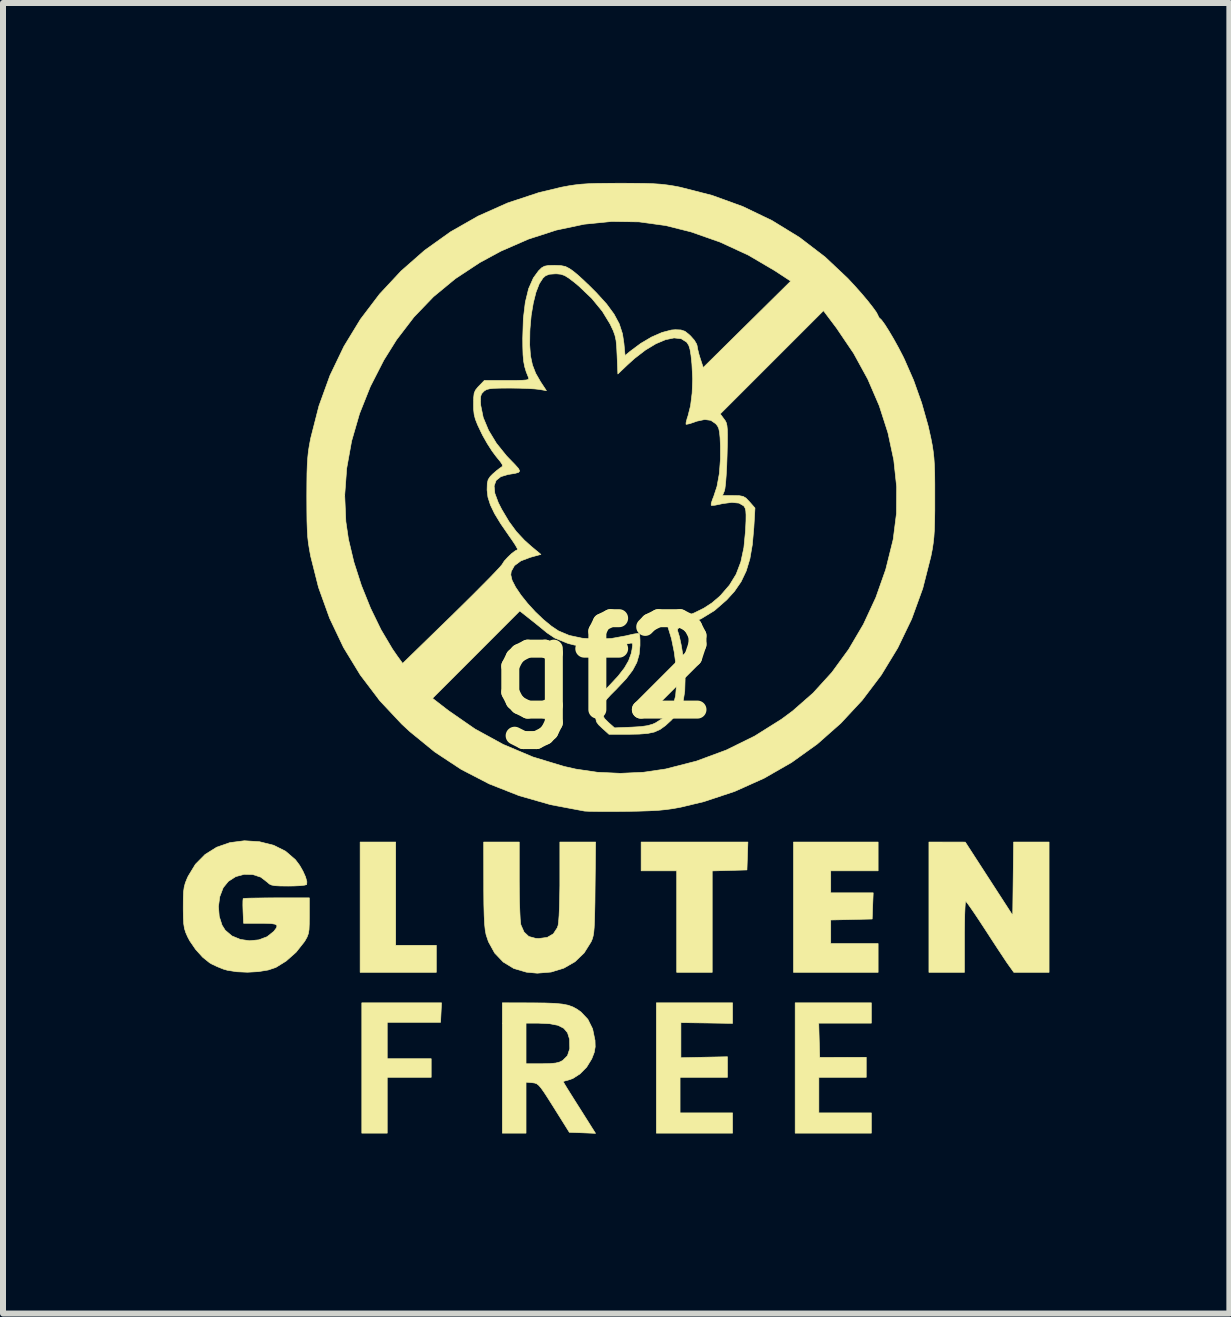
<source format=kicad_pcb>
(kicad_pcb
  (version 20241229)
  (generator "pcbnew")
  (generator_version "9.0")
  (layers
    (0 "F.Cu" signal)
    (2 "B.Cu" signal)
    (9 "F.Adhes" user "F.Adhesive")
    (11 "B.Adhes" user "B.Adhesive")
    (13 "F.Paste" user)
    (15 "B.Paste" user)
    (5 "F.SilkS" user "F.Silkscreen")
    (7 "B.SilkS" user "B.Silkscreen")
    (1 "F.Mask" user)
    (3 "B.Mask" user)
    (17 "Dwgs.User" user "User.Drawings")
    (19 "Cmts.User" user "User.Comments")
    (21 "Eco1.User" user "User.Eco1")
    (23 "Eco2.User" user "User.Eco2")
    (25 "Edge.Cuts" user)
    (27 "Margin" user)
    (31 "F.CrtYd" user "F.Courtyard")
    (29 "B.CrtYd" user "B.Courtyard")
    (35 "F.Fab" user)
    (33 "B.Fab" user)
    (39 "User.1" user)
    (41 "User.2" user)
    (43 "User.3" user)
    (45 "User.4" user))
  (footprint "gf2"
    (layer "F.Cu")
    (at 7.018 8.091)
    (property "Reference" "gf2" (at 0 0 0) (layer "F.SilkS") (effects (font (size 1.524 1.524) (thickness 0.3))))
    (attr through_hole)
    (fp_poly (pts (xy -0.064 -4.118) (xy -0.057 -4.073) (xy -0.056 -4.005) (xy -0.058 -3.925) (xy -0.061 -3.875) (xy -0.064 -3.867) (xy -0.08 -3.889) (xy -0.115 -3.944) (xy -0.131 -3.973) (xy -0.192 -4.079) (xy -0.124 -4.111) (xy -0.084 -4.128) (xy -0.064 -4.118)) (stroke (width 0.01) (type solid)) (fill yes) (layer "F.Mask"))
    (fp_poly (pts (xy 0.362 -3.287) (xy 0.428 -3.286) (xy 0.452 -3.284) (xy 0.442 -3.259) (xy 0.417 -3.199) (xy 0.407 -3.174) (xy 0.385 -3.094) (xy 0.365 -2.97) (xy 0.349 -2.818) (xy 0.343 -2.737) (xy 0.325 -2.407) (xy 0.212 -2.589) (xy 0.13 -2.705) (xy 0.027 -2.828) (xy -0.064 -2.922) (xy -0.14 -2.995) (xy -0.197 -3.053) (xy -0.225 -3.086) (xy -0.226 -3.089) (xy -0.201 -3.1) (xy -0.145 -3.104) (xy -0.073 -3.12) (xy 0.003 -3.159) (xy 0.062 -3.208) (xy 0.085 -3.255) (xy 0.113 -3.275) (xy 0.195 -3.286) (xy 0.268 -3.288) (xy 0.362 -3.287)) (stroke (width 0.01) (type solid)) (fill yes) (layer "F.Mask"))
    (fp_poly (pts (xy -0.746 -6.431) (xy -0.645 -6.365) (xy -0.553 -6.294) (xy -0.327 -6.088) (xy -0.142 -5.867) (xy -0.008 -5.644) (xy 0.054 -5.457) (xy 0.082 -5.236) (xy 0.074 -4.991) (xy 0.031 -4.731) (xy -0.046 -4.468) (xy -0.066 -4.412) (xy -0.112 -4.312) (xy -0.159 -4.256) (xy -0.217 -4.244) (xy -0.297 -4.273) (xy -0.41 -4.341) (xy -0.415 -4.345) (xy -0.565 -4.459) (xy -0.713 -4.598) (xy -0.846 -4.747) (xy -0.952 -4.891) (xy -0.998 -4.972) (xy -1.077 -5.2) (xy -1.111 -5.456) (xy -1.1 -5.737) (xy -1.043 -6.037) (xy -0.955 -6.314) (xy -0.916 -6.4) (xy -0.874 -6.449) (xy -0.819 -6.459) (xy -0.746 -6.431)) (stroke (width 0.01) (type solid)) (fill yes) (layer "F.Mask"))
    (fp_poly (pts (xy -0.245 -1.753) (xy -0.006 -1.661) (xy 0.205 -1.521) (xy 0.319 -1.412) (xy 0.423 -1.29) (xy 0.517 -1.164) (xy 0.594 -1.043) (xy 0.648 -0.938) (xy 0.672 -0.86) (xy 0.672 -0.841) (xy 0.638 -0.788) (xy 0.557 -0.74) (xy 0.439 -0.699) (xy 0.294 -0.666) (xy 0.132 -0.642) (xy -0.037 -0.629) (xy -0.204 -0.627) (xy -0.359 -0.64) (xy -0.491 -0.667) (xy -0.511 -0.673) (xy -0.722 -0.77) (xy -0.929 -0.92) (xy -1.126 -1.118) (xy -1.296 -1.341) (xy -1.371 -1.458) (xy -1.408 -1.545) (xy -1.403 -1.608) (xy -1.354 -1.655) (xy -1.256 -1.695) (xy -1.115 -1.734) (xy -0.8 -1.79) (xy -0.51 -1.796) (xy -0.245 -1.753)) (stroke (width 0.01) (type solid)) (fill yes) (layer "F.Mask"))
    (fp_poly (pts (xy 1.755 -3.985) (xy 1.79 -3.925) (xy 1.81 -3.816) (xy 1.819 -3.716) (xy 1.818 -3.435) (xy 1.775 -3.166) (xy 1.693 -2.919) (xy 1.574 -2.705) (xy 1.548 -2.669) (xy 1.437 -2.553) (xy 1.286 -2.434) (xy 1.109 -2.322) (xy 0.921 -2.226) (xy 0.737 -2.157) (xy 0.624 -2.127) (xy 0.553 -2.12) (xy 0.512 -2.136) (xy 0.498 -2.16) (xy 0.48 -2.235) (xy 0.468 -2.351) (xy 0.461 -2.488) (xy 0.46 -2.632) (xy 0.466 -2.765) (xy 0.474 -2.839) (xy 0.535 -3.089) (xy 0.646 -3.314) (xy 0.806 -3.516) (xy 1.017 -3.694) (xy 1.279 -3.849) (xy 1.476 -3.938) (xy 1.607 -3.987) (xy 1.697 -4.004) (xy 1.755 -3.985)) (stroke (width 0.01) (type solid)) (fill yes) (layer "F.Mask"))
    (fp_poly (pts (xy -1.26 -4.53) (xy -1.008 -4.488) (xy -0.794 -4.417) (xy -0.611 -4.314) (xy -0.463 -4.186) (xy -0.318 -4.006) (xy -0.193 -3.789) (xy -0.094 -3.55) (xy -0.044 -3.367) (xy -0.035 -3.308) (xy -0.053 -3.276) (xy -0.109 -3.254) (xy -0.132 -3.248) (xy -0.241 -3.229) (xy -0.386 -3.221) (xy -0.551 -3.223) (xy -0.716 -3.234) (xy -0.863 -3.254) (xy -0.896 -3.26) (xy -1.131 -3.337) (xy -1.338 -3.46) (xy -1.507 -3.614) (xy -1.611 -3.746) (xy -1.718 -3.912) (xy -1.816 -4.092) (xy -1.893 -4.266) (xy -1.919 -4.338) (xy -1.939 -4.417) (xy -1.939 -4.472) (xy -1.911 -4.509) (xy -1.849 -4.53) (xy -1.746 -4.541) (xy -1.595 -4.543) (xy -1.556 -4.543) (xy -1.26 -4.53)) (stroke (width 0.01) (type solid)) (fill yes) (layer "F.Mask"))
    (fp_poly (pts (xy 0.826 -0.803) (xy 0.87 -0.76) (xy 0.917 -0.672) (xy 0.963 -0.547) (xy 1.005 -0.398) (xy 1.041 -0.233) (xy 1.068 -0.064) (xy 1.082 0.099) (xy 1.085 0.169) (xy 1.077 0.358) (xy 1.048 0.502) (xy 0.993 0.612) (xy 0.907 0.698) (xy 0.79 0.767) (xy 0.611 0.833) (xy 0.437 0.86) (xy 0.289 0.848) (xy 0.189 0.815) (xy 0.131 0.773) (xy 0.116 0.717) (xy 0.144 0.643) (xy 0.217 0.546) (xy 0.335 0.421) (xy 0.364 0.392) (xy 0.505 0.247) (xy 0.606 0.12) (xy 0.674 -0.001) (xy 0.713 -0.132) (xy 0.73 -0.286) (xy 0.731 -0.473) (xy 0.73 -0.625) (xy 0.737 -0.727) (xy 0.755 -0.787) (xy 0.784 -0.81) (xy 0.826 -0.803)) (stroke (width 0.01) (type solid)) (fill yes) (layer "F.Mask"))
    (fp_poly (pts (xy -0.969 -3.118) (xy -0.837 -3.115) (xy -0.738 -3.108) (xy -0.66 -3.096) (xy -0.592 -3.079) (xy -0.521 -3.054) (xy -0.52 -3.054) (xy -0.303 -2.941) (xy -0.108 -2.777) (xy 0.063 -2.563) (xy 0.199 -2.32) (xy 0.26 -2.186) (xy 0.293 -2.092) (xy 0.3 -2.03) (xy 0.284 -1.991) (xy 0.277 -1.985) (xy 0.212 -1.956) (xy 0.104 -1.932) (xy -0.034 -1.914) (xy -0.19 -1.902) (xy -0.349 -1.897) (xy -0.499 -1.9) (xy -0.627 -1.913) (xy -0.654 -1.918) (xy -0.86 -1.985) (xy -1.061 -2.101) (xy -1.251 -2.262) (xy -1.422 -2.459) (xy -1.567 -2.688) (xy -1.578 -2.708) (xy -1.643 -2.839) (xy -1.683 -2.938) (xy -1.693 -3.011) (xy -1.668 -3.061) (xy -1.604 -3.092) (xy -1.496 -3.11) (xy -1.341 -3.117) (xy -1.146 -3.119) (xy -0.969 -3.118)) (stroke (width 0.01) (type solid)) (fill yes) (layer "F.Mask"))
    (fp_poly (pts (xy 1.234 -5.371) (xy 1.279 -5.332) (xy 1.308 -5.252) (xy 1.325 -5.127) (xy 1.334 -4.953) (xy 1.336 -4.826) (xy 1.335 -4.641) (xy 1.326 -4.499) (xy 1.309 -4.387) (xy 1.291 -4.318) (xy 1.198 -4.103) (xy 1.057 -3.907) (xy 0.865 -3.729) (xy 0.622 -3.566) (xy 0.504 -3.503) (xy 0.378 -3.44) (xy 0.292 -3.404) (xy 0.236 -3.392) (xy 0.2 -3.402) (xy 0.175 -3.433) (xy 0.172 -3.438) (xy 0.141 -3.525) (xy 0.116 -3.652) (xy 0.098 -3.806) (xy 0.089 -3.97) (xy 0.091 -4.129) (xy 0.091 -4.134) (xy 0.117 -4.358) (xy 0.175 -4.551) (xy 0.27 -4.724) (xy 0.407 -4.888) (xy 0.592 -5.052) (xy 0.698 -5.129) (xy 0.828 -5.212) (xy 0.956 -5.286) (xy 0.967 -5.292) (xy 1.081 -5.347) (xy 1.169 -5.375) (xy 1.234 -5.371)) (stroke (width 0.01) (type solid)) (fill yes) (layer "F.Mask"))
    (fp_poly (pts (xy 2.204 -2.623) (xy 2.207 -2.621) (xy 2.235 -2.603) (xy 2.25 -2.575) (xy 2.256 -2.525) (xy 2.254 -2.442) (xy 2.246 -2.336) (xy 2.205 -2.026) (xy 2.132 -1.761) (xy 2.023 -1.535) (xy 1.877 -1.346) (xy 1.691 -1.19) (xy 1.482 -1.071) (xy 1.346 -1.014) (xy 1.198 -0.961) (xy 1.067 -0.923) (xy 1.053 -0.92) (xy 0.934 -0.894) (xy 0.858 -0.88) (xy 0.814 -0.878) (xy 0.789 -0.888) (xy 0.773 -0.908) (xy 0.772 -0.91) (xy 0.758 -0.965) (xy 0.754 -1.062) (xy 0.758 -1.186) (xy 0.769 -1.325) (xy 0.786 -1.463) (xy 0.808 -1.587) (xy 0.82 -1.633) (xy 0.894 -1.835) (xy 0.998 -2.022) (xy 1.123 -2.177) (xy 1.18 -2.23) (xy 1.291 -2.309) (xy 1.428 -2.387) (xy 1.581 -2.461) (xy 1.738 -2.527) (xy 1.889 -2.58) (xy 2.024 -2.616) (xy 2.133 -2.632) (xy 2.204 -2.623)) (stroke (width 0.01) (type solid)) (fill yes) (layer "F.Mask"))
    (fp_poly (pts (xy 0.455 -2.012) (xy 0.457 -2.009) (xy 0.52 -1.981) (xy 0.612 -1.979) (xy 0.715 -2.002) (xy 0.722 -2.005) (xy 0.789 -2.023) (xy 0.811 -2.009) (xy 0.791 -1.958) (xy 0.781 -1.943) (xy 0.754 -1.883) (xy 0.723 -1.788) (xy 0.693 -1.676) (xy 0.691 -1.665) (xy 0.665 -1.55) (xy 0.641 -1.447) (xy 0.625 -1.376) (xy 0.624 -1.372) (xy 0.605 -1.291) (xy 0.504 -1.415) (xy 0.422 -1.503) (xy 0.322 -1.598) (xy 0.259 -1.651) (xy 0.185 -1.712) (xy 0.174 -1.722) (xy 0.385 -1.722) (xy 0.453 -1.649) (xy 0.521 -1.577) (xy 0.538 -1.642) (xy 0.559 -1.722) (xy 0.575 -1.785) (xy 0.578 -1.845) (xy 0.55 -1.862) (xy 0.498 -1.835) (xy 0.452 -1.792) (xy 0.385 -1.722) (xy 0.174 -1.722) (xy 0.133 -1.759) (xy 0.114 -1.782) (xy 0.138 -1.798) (xy 0.199 -1.816) (xy 0.219 -1.82) (xy 0.331 -1.857) (xy 0.401 -1.917) (xy 0.423 -1.986) (xy 0.43 -2.024) (xy 0.455 -2.012)) (stroke (width 0.01) (type solid)) (fill yes) (layer "F.Mask"))
    (fp_poly (pts (xy -3.471 4.619) (xy -2.794 4.619) (xy -2.794 5.07) (xy -4.064 5.07) (xy -4.064 2.897) (xy -3.471 2.897) (xy -3.471 4.619)) (stroke (width 0.01) (type solid)) (fill yes) (layer "F.SilkS"))
    (fp_poly (pts (xy 2.393 3.13) (xy 2.385 3.363) (xy 2.095 3.371) (xy 1.806 3.379) (xy 1.806 5.07) (xy 1.214 5.07) (xy 1.214 3.377) (xy 0.621 3.377) (xy 0.621 2.897) (xy 2.401 2.897) (xy 2.393 3.13)) (stroke (width 0.01) (type solid)) (fill yes) (layer "F.SilkS"))
    (fp_poly (pts (xy -2.723 5.903) (xy -3.612 5.903) (xy -3.612 6.206) (xy -3.612 6.51) (xy -2.879 6.51) (xy -2.879 6.82) (xy -3.612 6.82) (xy -3.612 7.751) (xy -4.036 7.751) (xy -4.036 5.578) (xy -2.707 5.578) (xy -2.723 5.903)) (stroke (width 0.01) (type solid)) (fill yes) (layer "F.SilkS"))
    (fp_poly (pts (xy 2.145 5.921) (xy 1.714 5.914) (xy 1.284 5.908) (xy 1.284 6.494) (xy 1.672 6.485) (xy 2.06 6.477) (xy 2.06 6.82) (xy 1.27 6.82) (xy 1.27 7.413) (xy 2.145 7.413) (xy 2.145 7.751) (xy 0.875 7.751) (xy 0.875 5.578) (xy 2.145 5.578) (xy 2.145 5.921)) (stroke (width 0.01) (type solid)) (fill yes) (layer "F.SilkS"))
    (fp_poly (pts (xy 4.459 5.917) (xy 3.582 5.917) (xy 3.59 6.203) (xy 3.598 6.488) (xy 3.986 6.487) (xy 4.374 6.486) (xy 4.374 6.82) (xy 3.584 6.82) (xy 3.584 7.413) (xy 4.459 7.413) (xy 4.459 7.751) (xy 3.189 7.751) (xy 3.189 5.578) (xy 4.459 5.578) (xy 4.459 5.917)) (stroke (width 0.01) (type solid)) (fill yes) (layer "F.SilkS"))
    (fp_poly (pts (xy 4.572 3.377) (xy 3.782 3.377) (xy 3.782 3.744) (xy 4.49 3.744) (xy 4.481 3.962) (xy 4.473 4.181) (xy 4.128 4.189) (xy 3.782 4.197) (xy 3.782 4.59) (xy 4.572 4.59) (xy 4.572 5.07) (xy 3.161 5.07) (xy 3.161 2.897) (xy 4.572 2.897) (xy 4.572 3.377)) (stroke (width 0.01) (type solid)) (fill yes) (layer "F.SilkS"))
    (fp_poly (pts (xy 7.422 5.07) (xy 6.835 5.07) (xy 6.755 4.959) (xy 6.714 4.901) (xy 6.65 4.804) (xy 6.567 4.679) (xy 6.473 4.535) (xy 6.373 4.381) (xy 6.364 4.367) (xy 6.269 4.222) (xy 6.184 4.094) (xy 6.113 3.991) (xy 6.062 3.92) (xy 6.035 3.887) (xy 6.032 3.886) (xy 6.026 3.913) (xy 6.021 3.987) (xy 6.016 4.102) (xy 6.013 4.248) (xy 6.011 4.418) (xy 6.011 4.478) (xy 6.011 5.07) (xy 5.419 5.07) (xy 5.419 2.897) (xy 6.025 2.898) (xy 6.816 4.12) (xy 6.831 2.897) (xy 7.422 2.897) (xy 7.422 5.07)) (stroke (width 0.01) (type solid)) (fill yes) (layer "F.SilkS"))
    (fp_poly (pts (xy -1.411 3.539) (xy -1.41 3.73) (xy -1.407 3.907) (xy -1.401 4.06) (xy -1.395 4.181) (xy -1.387 4.259) (xy -1.384 4.278) (xy -1.331 4.398) (xy -1.252 4.472) (xy -1.138 4.503) (xy -1.085 4.506) (xy -0.944 4.487) (xy -0.843 4.428) (xy -0.777 4.327) (xy -0.763 4.286) (xy -0.755 4.227) (xy -0.747 4.122) (xy -0.741 3.98) (xy -0.737 3.811) (xy -0.734 3.625) (xy -0.734 3.539) (xy -0.734 2.897) (xy -0.138 2.897) (xy -0.147 3.666) (xy -0.149 3.897) (xy -0.153 4.079) (xy -0.157 4.219) (xy -0.162 4.325) (xy -0.169 4.403) (xy -0.179 4.463) (xy -0.192 4.51) (xy -0.209 4.552) (xy -0.215 4.564) (xy -0.329 4.746) (xy -0.482 4.893) (xy -0.668 5) (xy -0.88 5.065) (xy -1.111 5.084) (xy -1.292 5.067) (xy -1.501 5.006) (xy -1.678 4.898) (xy -1.821 4.748) (xy -1.925 4.559) (xy -1.964 4.442) (xy -1.978 4.368) (xy -1.989 4.263) (xy -1.996 4.121) (xy -2.001 3.935) (xy -2.003 3.701) (xy -2.003 3.596) (xy -2.004 2.897) (xy -1.411 2.897) (xy -1.411 3.539)) (stroke (width 0.01) (type solid)) (fill yes) (layer "F.SilkS"))
    (fp_poly (pts (xy -1.192 5.579) (xy -0.983 5.581) (xy -0.82 5.587) (xy -0.694 5.599) (xy -0.596 5.618) (xy -0.516 5.647) (xy -0.444 5.687) (xy -0.381 5.732) (xy -0.267 5.853) (xy -0.188 6.012) (xy -0.149 6.2) (xy -0.148 6.201) (xy -0.145 6.312) (xy -0.161 6.405) (xy -0.202 6.511) (xy -0.206 6.518) (xy -0.287 6.65) (xy -0.396 6.761) (xy -0.518 6.84) (xy -0.6 6.868) (xy -0.656 6.882) (xy -0.677 6.893) (xy -0.671 6.906) (xy -0.649 6.943) (xy -0.611 7.006) (xy -0.552 7.1) (xy -0.471 7.229) (xy -0.365 7.396) (xy -0.232 7.607) (xy -0.207 7.647) (xy -0.139 7.754) (xy -0.357 7.745) (xy -0.576 7.737) (xy -0.832 7.328) (xy -0.926 7.179) (xy -0.996 7.071) (xy -1.048 6.998) (xy -1.088 6.952) (xy -1.122 6.926) (xy -1.156 6.915) (xy -1.194 6.91) (xy -1.298 6.901) (xy -1.298 7.751) (xy -1.693 7.751) (xy -1.693 6.594) (xy -1.298 6.594) (xy -1.037 6.594) (xy -0.9 6.591) (xy -0.804 6.582) (xy -0.735 6.564) (xy -0.686 6.539) (xy -0.607 6.459) (xy -0.569 6.342) (xy -0.572 6.192) (xy -0.574 6.18) (xy -0.606 6.077) (xy -0.668 6.003) (xy -0.766 5.953) (xy -0.907 5.926) (xy -1.094 5.917) (xy -1.298 5.917) (xy -1.298 6.594) (xy -1.693 6.594) (xy -1.693 5.578) (xy -1.192 5.579)) (stroke (width 0.01) (type solid)) (fill yes) (layer "F.SilkS"))
    (fp_poly (pts (xy -5.742 2.892) (xy -5.506 2.951) (xy -5.308 3.05) (xy -5.145 3.19) (xy -5.136 3.201) (xy -5.073 3.285) (xy -5.017 3.383) (xy -4.974 3.479) (xy -4.952 3.559) (xy -4.955 3.606) (xy -4.988 3.616) (xy -5.065 3.625) (xy -5.173 3.63) (xy -5.261 3.631) (xy -5.394 3.63) (xy -5.484 3.625) (xy -5.541 3.614) (xy -5.579 3.596) (xy -5.605 3.572) (xy -5.72 3.483) (xy -5.855 3.439) (xy -5.999 3.436) (xy -6.138 3.474) (xy -6.26 3.552) (xy -6.347 3.659) (xy -6.404 3.808) (xy -6.426 3.973) (xy -6.413 4.137) (xy -6.366 4.284) (xy -6.313 4.368) (xy -6.201 4.463) (xy -6.061 4.521) (xy -5.908 4.543) (xy -5.754 4.528) (xy -5.615 4.476) (xy -5.503 4.387) (xy -5.499 4.382) (xy -5.459 4.328) (xy -5.449 4.291) (xy -5.477 4.268) (xy -5.547 4.256) (xy -5.665 4.252) (xy -5.727 4.252) (xy -6.007 4.252) (xy -6.016 4.052) (xy -6.019 3.952) (xy -6.018 3.876) (xy -6.014 3.841) (xy -6.014 3.84) (xy -5.983 3.836) (xy -5.905 3.833) (xy -5.788 3.831) (xy -5.641 3.829) (xy -5.473 3.828) (xy -5.456 3.828) (xy -4.911 3.828) (xy -4.911 4.129) (xy -4.912 4.265) (xy -4.916 4.359) (xy -4.928 4.427) (xy -4.949 4.483) (xy -4.982 4.542) (xy -4.999 4.567) (xy -5.132 4.735) (xy -5.298 4.882) (xy -5.469 4.988) (xy -5.597 5.031) (xy -5.761 5.058) (xy -5.942 5.068) (xy -6.121 5.06) (xy -6.279 5.035) (xy -6.347 5.015) (xy -6.446 4.975) (xy -6.535 4.933) (xy -6.572 4.912) (xy -6.69 4.817) (xy -6.807 4.687) (xy -6.905 4.544) (xy -6.94 4.478) (xy -6.972 4.405) (xy -6.993 4.338) (xy -7.005 4.261) (xy -7.011 4.161) (xy -7.013 4.022) (xy -7.013 3.984) (xy -7.012 3.836) (xy -7.008 3.729) (xy -6.997 3.648) (xy -6.978 3.578) (xy -6.948 3.504) (xy -6.932 3.469) (xy -6.81 3.268) (xy -6.649 3.105) (xy -6.456 2.984) (xy -6.235 2.907) (xy -5.993 2.876) (xy -5.742 2.892)) (stroke (width 0.01) (type solid)) (fill yes) (layer "F.SilkS"))
    (fp_poly (pts (xy 0.505 -8.085) (xy 0.683 -8.083) (xy 0.826 -8.078) (xy 0.945 -8.07) (xy 1.051 -8.058) (xy 1.156 -8.042) (xy 1.267 -8.021) (xy 1.803 -7.884) (xy 2.316 -7.698) (xy 2.803 -7.464) (xy 3.261 -7.183) (xy 3.687 -6.857) (xy 4.065 -6.501) (xy 4.183 -6.374) (xy 4.296 -6.247) (xy 4.398 -6.126) (xy 4.482 -6.019) (xy 4.542 -5.936) (xy 4.57 -5.883) (xy 4.572 -5.875) (xy 4.592 -5.839) (xy 4.597 -5.837) (xy 4.63 -5.805) (xy 4.684 -5.731) (xy 4.751 -5.625) (xy 4.828 -5.495) (xy 4.908 -5.351) (xy 4.986 -5.201) (xy 5.012 -5.147) (xy 5.164 -4.8) (xy 5.298 -4.422) (xy 5.407 -4.037) (xy 5.452 -3.835) (xy 5.474 -3.722) (xy 5.49 -3.618) (xy 5.502 -3.512) (xy 5.51 -3.392) (xy 5.515 -3.249) (xy 5.517 -3.071) (xy 5.517 -2.85) (xy 5.517 -2.627) (xy 5.514 -2.45) (xy 5.51 -2.307) (xy 5.502 -2.188) (xy 5.49 -2.081) (xy 5.474 -1.977) (xy 5.452 -1.865) (xy 5.316 -1.33) (xy 5.131 -0.82) (xy 4.899 -0.338) (xy 4.624 0.114) (xy 4.307 0.533) (xy 3.95 0.917) (xy 3.557 1.264) (xy 3.13 1.57) (xy 2.67 1.834) (xy 2.182 2.053) (xy 1.667 2.224) (xy 1.283 2.316) (xy 1.159 2.339) (xy 1.038 2.356) (xy 0.907 2.369) (xy 0.754 2.377) (xy 0.567 2.383) (xy 0.367 2.386) (xy 0.182 2.388) (xy 0.012 2.388) (xy -0.134 2.387) (xy -0.246 2.385) (xy -0.314 2.382) (xy -0.325 2.381) (xy -0.887 2.275) (xy -1.415 2.124) (xy -1.912 1.928) (xy -2.379 1.686) (xy -2.819 1.396) (xy -3.234 1.057) (xy -3.369 0.932) (xy -3.737 0.54) (xy -3.766 0.501) (xy -2.857 0.501) (xy -2.593 0.705) (xy -2.15 1.012) (xy -1.679 1.27) (xy -1.184 1.479) (xy -0.667 1.636) (xy -0.469 1.681) (xy -0.109 1.734) (xy 0.275 1.752) (xy 0.661 1.734) (xy 1.028 1.68) (xy 1.543 1.548) (xy 2.04 1.364) (xy 2.515 1.13) (xy 2.961 0.85) (xy 3.147 0.712) (xy 3.488 0.413) (xy 3.801 0.069) (xy 4.081 -0.315) (xy 4.327 -0.733) (xy 4.534 -1.179) (xy 4.699 -1.647) (xy 4.82 -2.134) (xy 4.824 -2.153) (xy 4.878 -2.581) (xy 4.881 -3.023) (xy 4.833 -3.472) (xy 4.736 -3.925) (xy 4.591 -4.376) (xy 4.4 -4.819) (xy 4.164 -5.25) (xy 3.884 -5.664) (xy 3.871 -5.682) (xy 3.661 -5.961) (xy 2.801 -5.101) (xy 1.94 -4.24) (xy 2.003 -4.155) (xy 2.026 -4.123) (xy 2.042 -4.089) (xy 2.052 -4.045) (xy 2.058 -3.981) (xy 2.06 -3.89) (xy 2.059 -3.761) (xy 2.055 -3.586) (xy 2.054 -3.552) (xy 2.048 -3.374) (xy 2.039 -3.215) (xy 2.029 -3.085) (xy 2.018 -2.994) (xy 2.009 -2.956) (xy 1.977 -2.879) (xy 2.157 -2.879) (xy 2.257 -2.877) (xy 2.321 -2.865) (xy 2.369 -2.837) (xy 2.42 -2.783) (xy 2.428 -2.775) (xy 2.519 -2.671) (xy 2.5 -2.345) (xy 2.475 -2.062) (xy 2.434 -1.824) (xy 2.373 -1.622) (xy 2.288 -1.444) (xy 2.177 -1.282) (xy 2.048 -1.14) (xy 1.843 -0.961) (xy 1.621 -0.825) (xy 1.364 -0.72) (xy 1.359 -0.718) (xy 1.272 -0.686) (xy 1.231 -0.658) (xy 1.228 -0.627) (xy 1.229 -0.624) (xy 1.259 -0.528) (xy 1.288 -0.392) (xy 1.315 -0.233) (xy 1.337 -0.069) (xy 1.351 0.085) (xy 1.354 0.185) (xy 1.348 0.382) (xy 1.324 0.536) (xy 1.279 0.662) (xy 1.208 0.773) (xy 1.123 0.867) (xy 1.025 0.957) (xy 0.936 1.021) (xy 0.842 1.063) (xy 0.73 1.087) (xy 0.588 1.098) (xy 0.424 1.101) (xy 0.085 1.101) (xy -0.028 0.999) (xy -0.089 0.941) (xy -0.123 0.893) (xy -0.137 0.834) (xy -0.141 0.745) (xy -0.141 0.711) (xy -0.141 0.526) (xy 0.095 0.284) (xy 0.239 0.129) (xy 0.342 -0.004) (xy 0.412 -0.125) (xy 0.455 -0.244) (xy 0.469 -0.312) (xy 0.479 -0.386) (xy 0.473 -0.418) (xy 0.445 -0.419) (xy 0.421 -0.412) (xy 0.368 -0.403) (xy 0.272 -0.394) (xy 0.144 -0.385) (xy -0.001 -0.377) (xy -0.032 -0.375) (xy -0.195 -0.37) (xy -0.317 -0.369) (xy -0.411 -0.374) (xy -0.493 -0.387) (xy -0.576 -0.408) (xy -0.615 -0.42) (xy -0.819 -0.504) (xy -0.95 -0.592) (xy -1.048 -0.673) (xy -1.162 -0.765) (xy -1.244 -0.83) (xy -1.402 -0.955) (xy -2.129 -0.227) (xy -2.857 0.501) (xy -3.766 0.501) (xy -4.061 0.112) (xy -4.341 -0.347) (xy -4.573 -0.835) (xy -4.758 -1.349) (xy -4.888 -1.865) (xy -4.909 -1.979) (xy -4.926 -2.083) (xy -4.938 -2.189) (xy -4.945 -2.309) (xy -4.95 -2.452) (xy -4.952 -2.63) (xy -4.953 -2.85) (xy -4.953 -2.884) (xy -4.321 -2.884) (xy -4.302 -2.446) (xy -4.259 -2.153) (xy -4.168 -1.77) (xy -4.043 -1.381) (xy -3.89 -1.001) (xy -3.716 -0.643) (xy -3.525 -0.321) (xy -3.443 -0.202) (xy -3.355 -0.081) (xy -2.535 -0.879) (xy -2.356 -1.055) (xy -2.189 -1.22) (xy -2.04 -1.37) (xy -1.911 -1.5) (xy -1.808 -1.607) (xy -1.735 -1.685) (xy -1.697 -1.73) (xy -1.693 -1.737) (xy -1.661 -1.787) (xy -1.603 -1.85) (xy -1.537 -1.913) (xy -1.476 -1.959) (xy -1.44 -1.976) (xy -1.444 -1.997) (xy -1.476 -2.054) (xy -1.531 -2.137) (xy -1.581 -2.208) (xy -1.72 -2.41) (xy -1.823 -2.579) (xy -1.892 -2.723) (xy -1.933 -2.851) (xy -1.947 -2.968) (xy -1.947 -2.983) (xy -1.944 -3.081) (xy -1.929 -3.145) (xy -1.895 -3.196) (xy -1.856 -3.236) (xy -1.787 -3.296) (xy -1.728 -3.341) (xy -1.714 -3.349) (xy -1.692 -3.367) (xy -1.694 -3.395) (xy -1.724 -3.442) (xy -1.787 -3.519) (xy -1.793 -3.526) (xy -1.864 -3.621) (xy -1.944 -3.746) (xy -2.02 -3.88) (xy -2.047 -3.935) (xy -2.106 -4.059) (xy -2.143 -4.153) (xy -2.163 -4.232) (xy -2.172 -4.317) (xy -2.173 -4.403) (xy -2.172 -4.459) (xy -2.058 -4.459) (xy -2.053 -4.382) (xy -2.012 -4.18) (xy -1.923 -3.967) (xy -1.792 -3.751) (xy -1.624 -3.542) (xy -1.58 -3.496) (xy -1.483 -3.396) (xy -1.424 -3.33) (xy -1.404 -3.289) (xy -1.423 -3.265) (xy -1.481 -3.249) (xy -1.58 -3.233) (xy -1.595 -3.231) (xy -1.719 -3.194) (xy -1.797 -3.131) (xy -1.83 -3.039) (xy -1.818 -2.916) (xy -1.761 -2.762) (xy -1.704 -2.65) (xy -1.582 -2.445) (xy -1.46 -2.279) (xy -1.325 -2.134) (xy -1.21 -2.031) (xy -1.05 -1.898) (xy -1.224 -1.85) (xy -1.384 -1.79) (xy -1.491 -1.711) (xy -1.545 -1.614) (xy -1.552 -1.557) (xy -1.531 -1.467) (xy -1.472 -1.352) (xy -1.383 -1.22) (xy -1.271 -1.08) (xy -1.144 -0.941) (xy -1.009 -0.812) (xy -0.874 -0.701) (xy -0.756 -0.622) (xy -0.577 -0.547) (xy -0.362 -0.501) (xy -0.123 -0.484) (xy 0.127 -0.497) (xy 0.375 -0.542) (xy 0.406 -0.55) (xy 0.496 -0.57) (xy 0.563 -0.58) (xy 0.59 -0.577) (xy 0.598 -0.541) (xy 0.602 -0.467) (xy 0.602 -0.38) (xy 0.588 -0.232) (xy 0.549 -0.097) (xy 0.479 0.034) (xy 0.373 0.174) (xy 0.225 0.331) (xy 0.216 0.341) (xy 0.112 0.445) (xy 0.043 0.52) (xy 0.001 0.575) (xy -0.02 0.622) (xy -0.028 0.669) (xy -0.028 0.698) (xy -0.021 0.778) (xy 0.01 0.838) (xy 0.075 0.903) (xy 0.178 0.994) (xy 0.463 0.982) (xy 0.616 0.973) (xy 0.728 0.957) (xy 0.812 0.933) (xy 0.861 0.911) (xy 0.994 0.827) (xy 1.091 0.73) (xy 1.157 0.609) (xy 1.196 0.457) (xy 1.212 0.263) (xy 1.214 0.174) (xy 1.203 -0.043) (xy 1.172 -0.273) (xy 1.127 -0.494) (xy 1.069 -0.684) (xy 1.058 -0.712) (xy 1.057 -0.759) (xy 1.077 -0.773) (xy 1.315 -0.849) (xy 1.508 -0.923) (xy 1.666 -1.001) (xy 1.8 -1.088) (xy 1.919 -1.189) (xy 1.949 -1.218) (xy 2.094 -1.386) (xy 2.205 -1.567) (xy 2.283 -1.772) (xy 2.334 -2.01) (xy 2.361 -2.29) (xy 2.362 -2.307) (xy 2.369 -2.455) (xy 2.37 -2.557) (xy 2.366 -2.625) (xy 2.355 -2.669) (xy 2.336 -2.701) (xy 2.328 -2.709) (xy 2.252 -2.753) (xy 2.134 -2.765) (xy 1.979 -2.745) (xy 1.931 -2.734) (xy 1.852 -2.718) (xy 1.799 -2.714) (xy 1.789 -2.717) (xy 1.79 -2.75) (xy 1.811 -2.815) (xy 1.83 -2.861) (xy 1.886 -3.032) (xy 1.925 -3.246) (xy 1.943 -3.489) (xy 1.943 -3.706) (xy 1.937 -3.843) (xy 1.928 -3.935) (xy 1.915 -3.997) (xy 1.894 -4.041) (xy 1.864 -4.077) (xy 1.783 -4.133) (xy 1.681 -4.147) (xy 1.55 -4.119) (xy 1.503 -4.102) (xy 1.429 -4.077) (xy 1.379 -4.067) (xy 1.369 -4.068) (xy 1.371 -4.099) (xy 1.388 -4.165) (xy 1.402 -4.206) (xy 1.445 -4.377) (xy 1.471 -4.587) (xy 1.48 -4.821) (xy 1.468 -5.063) (xy 1.467 -5.078) (xy 1.452 -5.219) (xy 1.436 -5.316) (xy 1.416 -5.381) (xy 1.388 -5.426) (xy 1.378 -5.438) (xy 1.289 -5.494) (xy 1.17 -5.507) (xy 1.028 -5.478) (xy 0.867 -5.41) (xy 0.693 -5.305) (xy 0.51 -5.164) (xy 0.392 -5.057) (xy 0.233 -4.906) (xy 0.22 -5.217) (xy 0.213 -5.36) (xy 0.203 -5.464) (xy 0.185 -5.547) (xy 0.157 -5.626) (xy 0.113 -5.719) (xy 0.106 -5.735) (xy -0.025 -5.95) (xy -0.201 -6.165) (xy -0.416 -6.37) (xy -0.491 -6.433) (xy -0.586 -6.505) (xy -0.656 -6.548) (xy -0.718 -6.569) (xy -0.788 -6.576) (xy -0.81 -6.576) (xy -0.908 -6.569) (xy -0.972 -6.544) (xy -1.015 -6.506) (xy -1.077 -6.411) (xy -1.132 -6.269) (xy -1.177 -6.09) (xy -1.212 -5.884) (xy -1.232 -5.659) (xy -1.234 -5.615) (xy -1.237 -5.391) (xy -1.224 -5.21) (xy -1.191 -5.056) (xy -1.137 -4.917) (xy -1.057 -4.778) (xy -1.056 -4.776) (xy -0.958 -4.628) (xy -1.079 -4.649) (xy -1.154 -4.657) (xy -1.269 -4.664) (xy -1.41 -4.669) (xy -1.562 -4.671) (xy -1.57 -4.671) (xy -1.725 -4.67) (xy -1.833 -4.667) (xy -1.906 -4.659) (xy -1.954 -4.647) (xy -1.989 -4.627) (xy -2.004 -4.614) (xy -2.039 -4.576) (xy -2.055 -4.53) (xy -2.058 -4.459) (xy -2.172 -4.459) (xy -2.171 -4.513) (xy -2.163 -4.584) (xy -2.142 -4.635) (xy -2.103 -4.684) (xy -2.083 -4.705) (xy -1.993 -4.798) (xy -1.614 -4.798) (xy -1.462 -4.798) (xy -1.358 -4.801) (xy -1.294 -4.806) (xy -1.261 -4.815) (xy -1.252 -4.83) (xy -1.257 -4.847) (xy -1.295 -4.942) (xy -1.321 -5.028) (xy -1.338 -5.118) (xy -1.348 -5.226) (xy -1.352 -5.366) (xy -1.353 -5.503) (xy -1.343 -5.828) (xy -1.31 -6.102) (xy -1.255 -6.328) (xy -1.176 -6.507) (xy -1.09 -6.625) (xy -1.038 -6.676) (xy -0.99 -6.703) (xy -0.924 -6.715) (xy -0.824 -6.717) (xy -0.717 -6.713) (xy -0.641 -6.698) (xy -0.572 -6.662) (xy -0.512 -6.62) (xy -0.44 -6.561) (xy -0.343 -6.473) (xy -0.233 -6.368) (xy -0.125 -6.26) (xy 0.044 -6.074) (xy 0.169 -5.904) (xy 0.256 -5.742) (xy 0.31 -5.576) (xy 0.334 -5.417) (xy 0.353 -5.213) (xy 0.437 -5.283) (xy 0.614 -5.415) (xy 0.795 -5.522) (xy 0.969 -5.598) (xy 1.125 -5.639) (xy 1.191 -5.644) (xy 1.285 -5.64) (xy 1.351 -5.618) (xy 1.415 -5.568) (xy 1.445 -5.54) (xy 1.507 -5.47) (xy 1.546 -5.405) (xy 1.554 -5.378) (xy 1.564 -5.319) (xy 1.586 -5.231) (xy 1.606 -5.166) (xy 1.656 -5.013) (xy 2.385 -5.733) (xy 3.115 -6.454) (xy 2.848 -6.629) (xy 2.409 -6.887) (xy 1.939 -7.104) (xy 1.452 -7.275) (xy 1.028 -7.381) (xy 0.586 -7.442) (xy 0.132 -7.449) (xy -0.328 -7.403) (xy -0.792 -7.305) (xy -1.256 -7.155) (xy -1.717 -6.954) (xy -2.068 -6.764) (xy -2.476 -6.495) (xy -2.841 -6.194) (xy -3.166 -5.856) (xy -3.457 -5.476) (xy -3.668 -5.138) (xy -3.894 -4.696) (xy -4.074 -4.244) (xy -4.206 -3.788) (xy -4.288 -3.333) (xy -4.321 -2.884) (xy -4.953 -2.884) (xy -4.952 -3.074) (xy -4.95 -3.251) (xy -4.945 -3.394) (xy -4.937 -3.513) (xy -4.926 -3.62) (xy -4.909 -3.724) (xy -4.888 -3.835) (xy -4.751 -4.372) (xy -4.566 -4.883) (xy -4.334 -5.366) (xy -4.058 -5.819) (xy -3.74 -6.238) (xy -3.382 -6.622) (xy -2.988 -6.968) (xy -2.558 -7.275) (xy -2.097 -7.538) (xy -1.606 -7.757) (xy -1.087 -7.929) (xy -0.703 -8.021) (xy -0.59 -8.042) (xy -0.485 -8.058) (xy -0.379 -8.07) (xy -0.26 -8.078) (xy -0.116 -8.083) (xy 0.062 -8.085) (xy 0.282 -8.086) (xy 0.505 -8.085)) (stroke (width 0.01) (type solid)) (fill yes) (layer "F.SilkS")))
  (gr_rect
    (start -3 -3)
    (end 17.446 18.849)
    (stroke (width 0.1) (type default))
    (fill no)
    (layer "Edge.Cuts")))
</source>
